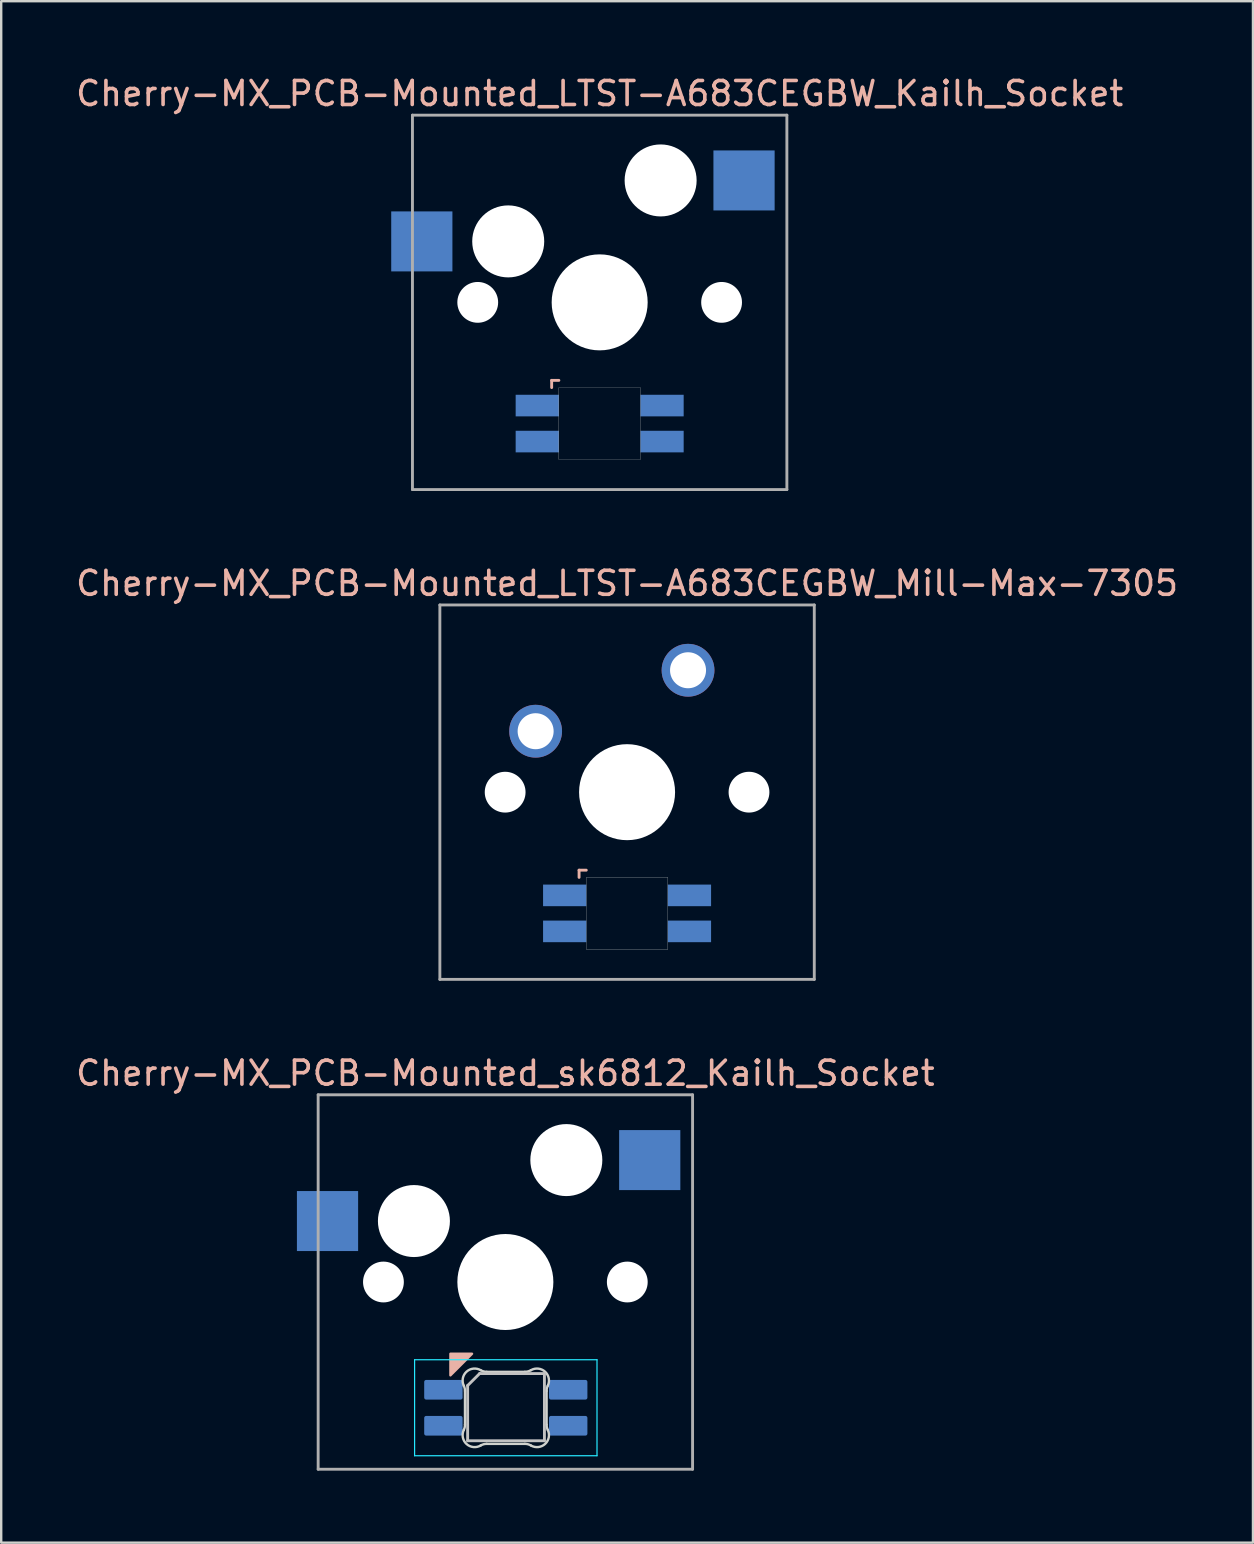
<source format=kicad_pcb>
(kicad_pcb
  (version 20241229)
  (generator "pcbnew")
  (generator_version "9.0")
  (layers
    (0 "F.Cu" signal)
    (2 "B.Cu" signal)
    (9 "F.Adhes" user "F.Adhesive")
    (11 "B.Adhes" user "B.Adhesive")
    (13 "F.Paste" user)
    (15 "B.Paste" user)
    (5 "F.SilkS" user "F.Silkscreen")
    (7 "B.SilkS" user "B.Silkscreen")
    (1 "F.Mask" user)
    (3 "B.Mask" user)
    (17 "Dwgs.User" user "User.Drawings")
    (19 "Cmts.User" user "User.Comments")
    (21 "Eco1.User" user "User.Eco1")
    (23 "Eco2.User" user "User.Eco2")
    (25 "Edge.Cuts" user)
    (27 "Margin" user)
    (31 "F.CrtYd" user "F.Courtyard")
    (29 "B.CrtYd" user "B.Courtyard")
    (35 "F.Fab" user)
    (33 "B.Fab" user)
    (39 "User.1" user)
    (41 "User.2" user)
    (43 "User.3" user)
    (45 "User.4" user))
  (footprint "Cherry-MX_PCB-Mounted_LTST-A683CEGBW_Kailh_Socket"
    (layer "F.Cu")
    (at 21.935 9.548)
    (property "Reference" "Cherry-MX_PCB-Mounted_LTST-A683CEGBW_Kailh_Socket" (at 0 -8.7 0) (layer "B.SilkS") (effects (font (size 1 1) (thickness 0.15))))
    (attr through_hole)
    (fp_line (start -2 3.25) (end -2 3.55) (stroke (width 0.12) (type solid)) (layer "B.SilkS"))
    (fp_line (start -1.7 3.25) (end -2 3.25) (stroke (width 0.12) (type solid)) (layer "B.SilkS"))
    (fp_poly (pts (xy 1.7 6.55) (xy -1.7 6.55) (xy -1.7 3.55) (xy 1.7 3.55)) (stroke (width 0.01) (type solid)) (fill no) (layer "Edge.Cuts"))
    (fp_line (start -7.8 -7.8) (end 7.8 -7.8) (stroke (width 0.12) (type solid)) (layer "F.Fab"))
    (fp_line (start -7.8 7.8) (end -7.8 -7.8) (stroke (width 0.12) (type solid)) (layer "F.Fab"))
    (fp_line (start 7.8 7.8) (end -7.8 7.8) (stroke (width 0.12) (type solid)) (layer "F.Fab"))
    (fp_line (start 7.8 7.8) (end 7.8 -7.8) (stroke (width 0.12) (type solid)) (layer "F.Fab"))
    (pad "" np_thru_hole circle (at -5.08 0) (size 1.7 1.7) (drill 1.7) (layers "*.Cu" "*.Mask"))
    (pad "" np_thru_hole circle (at -3.81 -2.54) (size 3 3) (drill 3) (layers "*.Cu" "*.Mask"))
    (pad "" np_thru_hole circle (at 0 0) (size 4 4) (drill 4) (layers "*.Cu" "*.Mask"))
    (pad "" np_thru_hole circle (at 2.54 -5.08) (size 3 3) (drill 3) (layers "*.Cu" "*.Mask"))
    (pad "" np_thru_hole circle (at 5.08 0) (size 1.7 1.7) (drill 1.7) (layers "*.Cu" "*.Mask"))
    (pad "1" smd rect (at -2.6 4.3) (size 1.8 0.9) (layers "B.Cu" "B.Mask" "B.Paste"))
    (pad "2" smd rect (at -2.6 5.8) (size 1.8 0.9) (layers "B.Cu" "B.Mask" "B.Paste"))
    (pad "3" smd rect (at 2.6 4.3) (size 1.8 0.9) (layers "B.Cu" "B.Mask" "B.Paste"))
    (pad "4" smd rect (at 2.6 5.8) (size 1.8 0.9) (layers "B.Cu" "B.Mask" "B.Paste"))
    (pad "5" smd rect (at -7.41 -2.54) (size 2.55 2.5) (layers "B.Cu" "B.Mask" "B.Paste"))
    (pad "6" smd rect (at 6.015 -5.08) (size 2.55 2.5) (layers "B.Cu" "B.Mask" "B.Paste")))
  (footprint "Cherry-MX_PCB-Mounted_sk6812_Kailh_Socket"
    (layer "F.Cu")
    (at 18.006 50.365)
    (property "Reference" "Cherry-MX_PCB-Mounted_sk6812_Kailh_Socket" (at 0 -8.7 0) (layer "B.SilkS") (effects (font (size 1 1) (thickness 0.15))))
    (attr through_hole)
    (fp_poly (pts (xy -2.289 3.889) (xy -1.389 2.989) (xy -2.289 2.989)) (stroke (width 0.1) (type solid)) (fill yes) (layer "B.SilkS"))
    (fp_line (start -1.572 4.314) (end -1.572 6.614) (stroke (width 0.12) (type solid)) (layer "Dwgs.User"))
    (fp_line (start -1.572 4.314) (end -1.072 3.814) (stroke (width 0.12) (type solid)) (layer "Dwgs.User"))
    (fp_line (start -1.572 6.614) (end 1.628 6.614) (stroke (width 0.12) (type solid)) (layer "Dwgs.User"))
    (fp_line (start 1.628 3.814) (end -1.072 3.814) (stroke (width 0.12) (type solid)) (layer "Dwgs.User"))
    (fp_line (start 1.628 6.614) (end 1.628 3.814) (stroke (width 0.12) (type solid)) (layer "Dwgs.User"))
    (fp_line (start -1.682 5.945) (end -1.682 4.54) (stroke (width 0.1) (type solid)) (layer "Edge.Cuts"))
    (fp_line (start -0.777 3.743) (end 0.812 3.743) (stroke (width 0.1) (type solid)) (layer "Edge.Cuts"))
    (fp_line (start 0.812 6.743) (end -0.777 6.743) (stroke (width 0.1) (type solid)) (layer "Edge.Cuts"))
    (fp_line (start 1.718 4.54) (end 1.718 5.945) (stroke (width 0.1) (type solid)) (layer "Edge.Cuts"))
    (fp_arc (start -1.731724 4.322796) (mid -1.620273 3.738509) (end -1.028931 3.67426) (stroke (width 0.1) (type solid)) (layer "Edge.Cuts"))
    (fp_arc (start -1.731704 4.322839) (mid -1.694747 4.428491) (end -1.682219 4.539717) (stroke (width 0.1) (type solid)) (layer "Edge.Cuts"))
    (fp_arc (start -1.682219 5.945402) (mid -1.694747 6.056627) (end -1.731704 6.162279) (stroke (width 0.1) (type solid)) (layer "Edge.Cuts"))
    (fp_arc (start -1.028931 6.810856) (mid -1.62029 6.746593) (end -1.731704 6.162279) (stroke (width 0.1) (type solid)) (layer "Edge.Cuts"))
    (fp_arc (start -1.02893 6.810858) (mid -0.907342 6.759936) (end -0.776672 6.742559) (stroke (width 0.1) (type solid)) (layer "Edge.Cuts"))
    (fp_arc (start -0.776673 3.742559) (mid -0.907343 3.725182) (end -1.028931 3.67426) (stroke (width 0.1) (type solid)) (layer "Edge.Cuts"))
    (fp_arc (start 0.812232 6.742559) (mid 0.942903 6.759936) (end 1.064491 6.810858) (stroke (width 0.1) (type solid)) (layer "Edge.Cuts"))
    (fp_arc (start 1.064491 3.674261) (mid 0.942903 3.725183) (end 0.812233 3.74256) (stroke (width 0.1) (type solid)) (layer "Edge.Cuts"))
    (fp_arc (start 1.064491 3.674261) (mid 1.655851 3.738525) (end 1.767264 4.322839) (stroke (width 0.1) (type solid)) (layer "Edge.Cuts"))
    (fp_arc (start 1.717779 4.539716) (mid 1.730307 4.428491) (end 1.767264 4.322839) (stroke (width 0.1) (type solid)) (layer "Edge.Cuts"))
    (fp_arc (start 1.767264 6.162278) (mid 1.655852 6.746594) (end 1.064491 6.810858) (stroke (width 0.1) (type solid)) (layer "Edge.Cuts"))
    (fp_arc (start 1.767264 6.162279) (mid 1.730307 6.056627) (end 1.717779 5.945401) (stroke (width 0.1) (type solid)) (layer "Edge.Cuts"))
    (fp_line (start -3.782 3.239) (end -3.782 7.239) (stroke (width 0.05) (type solid)) (layer "B.CrtYd"))
    (fp_line (start -3.782 7.239) (end 3.818 7.239) (stroke (width 0.05) (type solid)) (layer "B.CrtYd"))
    (fp_line (start 3.818 3.239) (end -3.782 3.239) (stroke (width 0.05) (type solid)) (layer "B.CrtYd"))
    (fp_line (start 3.818 7.239) (end 3.818 3.239) (stroke (width 0.05) (type solid)) (layer "B.CrtYd"))
    (fp_line (start -7.8 -7.8) (end 7.8 -7.8) (stroke (width 0.12) (type solid)) (layer "F.Fab"))
    (fp_line (start -7.8 7.8) (end -7.8 -7.8) (stroke (width 0.12) (type solid)) (layer "F.Fab"))
    (fp_line (start 7.8 7.8) (end -7.8 7.8) (stroke (width 0.12) (type solid)) (layer "F.Fab"))
    (fp_line (start 7.8 7.8) (end 7.8 -7.8) (stroke (width 0.12) (type solid)) (layer "F.Fab"))
    (pad "" np_thru_hole circle (at -5.08 0) (size 1.7 1.7) (drill 1.7) (layers "*.Cu" "*.Mask"))
    (pad "" np_thru_hole circle (at -3.81 -2.54) (size 3 3) (drill 3) (layers "*.Cu" "*.Mask"))
    (pad "" np_thru_hole circle (at 0 0) (size 4 4) (drill 4) (layers "*.Cu" "*.Mask"))
    (pad "" np_thru_hole circle (at 2.54 -5.08) (size 3 3) (drill 3) (layers "*.Cu" "*.Mask"))
    (pad "" np_thru_hole circle (at 5.08 0) (size 1.7 1.7) (drill 1.7) (layers "*.Cu" "*.Mask"))
    (pad "1" smd roundrect (at -2.582 4.489 270) (size 0.82 1.6) (layers "B.Cu" "B.Mask" "B.Paste") (roundrect_rratio 0.1))
    (pad "2" smd roundrect (at -2.582 5.989 270) (size 0.82 1.6) (layers "B.Cu" "B.Mask" "B.Paste") (roundrect_rratio 0.1))
    (pad "3" smd roundrect (at 2.618 4.489 270) (size 0.82 1.6) (layers "B.Cu" "B.Mask" "B.Paste") (roundrect_rratio 0.1))
    (pad "4" smd roundrect (at 2.618 5.989 270) (size 0.82 1.6) (layers "B.Cu" "B.Mask" "B.Paste") (roundrect_rratio 0.1))
    (pad "5" smd rect (at -7.41 -2.54) (size 2.55 2.5) (layers "B.Cu" "B.Mask" "B.Paste"))
    (pad "6" smd rect (at 6.015 -5.08) (size 2.55 2.5) (layers "B.Cu" "B.Mask" "B.Paste")))
  (footprint "Cherry-MX_PCB-Mounted_LTST-A683CEGBW_Mill-Max-7305"
    (layer "F.Cu")
    (at 23.077 29.956)
    (property "Reference" "Cherry-MX_PCB-Mounted_LTST-A683CEGBW_Mill-Max-7305" (at 0 -8.7 0) (layer "B.SilkS") (effects (font (size 1 1) (thickness 0.15))))
    (attr through_hole)
    (fp_line (start -2 3.25) (end -2 3.55) (stroke (width 0.12) (type solid)) (layer "B.SilkS"))
    (fp_line (start -1.7 3.25) (end -2 3.25) (stroke (width 0.12) (type solid)) (layer "B.SilkS"))
    (fp_poly (pts (xy 1.7 6.55) (xy -1.7 6.55) (xy -1.7 3.55) (xy 1.7 3.55)) (stroke (width 0.01) (type solid)) (fill no) (layer "Edge.Cuts"))
    (fp_line (start -7.8 -7.8) (end 7.8 -7.8) (stroke (width 0.12) (type solid)) (layer "F.Fab"))
    (fp_line (start -7.8 7.8) (end -7.8 -7.8) (stroke (width 0.12) (type solid)) (layer "F.Fab"))
    (fp_line (start 7.8 7.8) (end -7.8 7.8) (stroke (width 0.12) (type solid)) (layer "F.Fab"))
    (fp_line (start 7.8 7.8) (end 7.8 -7.8) (stroke (width 0.12) (type solid)) (layer "F.Fab"))
    (pad "" np_thru_hole circle (at -5.08 0) (size 1.7 1.7) (drill 1.7) (layers "*.Cu" "*.Mask"))
    (pad "" np_thru_hole circle (at 0 0) (size 4 4) (drill 4) (layers "*.Cu" "*.Mask"))
    (pad "" np_thru_hole circle (at 5.08 0) (size 1.7 1.7) (drill 1.7) (layers "*.Cu" "*.Mask"))
    (pad "1" smd rect (at -2.6 4.3) (size 1.8 0.9) (layers "B.Cu" "B.Mask" "B.Paste"))
    (pad "2" smd rect (at -2.6 5.8) (size 1.8 0.9) (layers "B.Cu" "B.Mask" "B.Paste"))
    (pad "3" smd rect (at 2.6 4.3) (size 1.8 0.9) (layers "B.Cu" "B.Mask" "B.Paste"))
    (pad "4" smd rect (at 2.6 5.8) (size 1.8 0.9) (layers "B.Cu" "B.Mask" "B.Paste"))
    (pad "5" thru_hole circle (at -3.81 -2.54) (size 2.2 2.2) (drill 1.5) (layers "*.Cu" "*.Mask"))
    (pad "6" thru_hole circle (at 2.54 -5.08) (size 2.2 2.2) (drill 1.5) (layers "*.Cu" "*.Mask")))
  (gr_rect
    (start -3 -3)
    (end 49.155 61.225)
    (stroke (width 0.1) (type default))
    (fill no)
    (layer "Edge.Cuts")))
</source>
